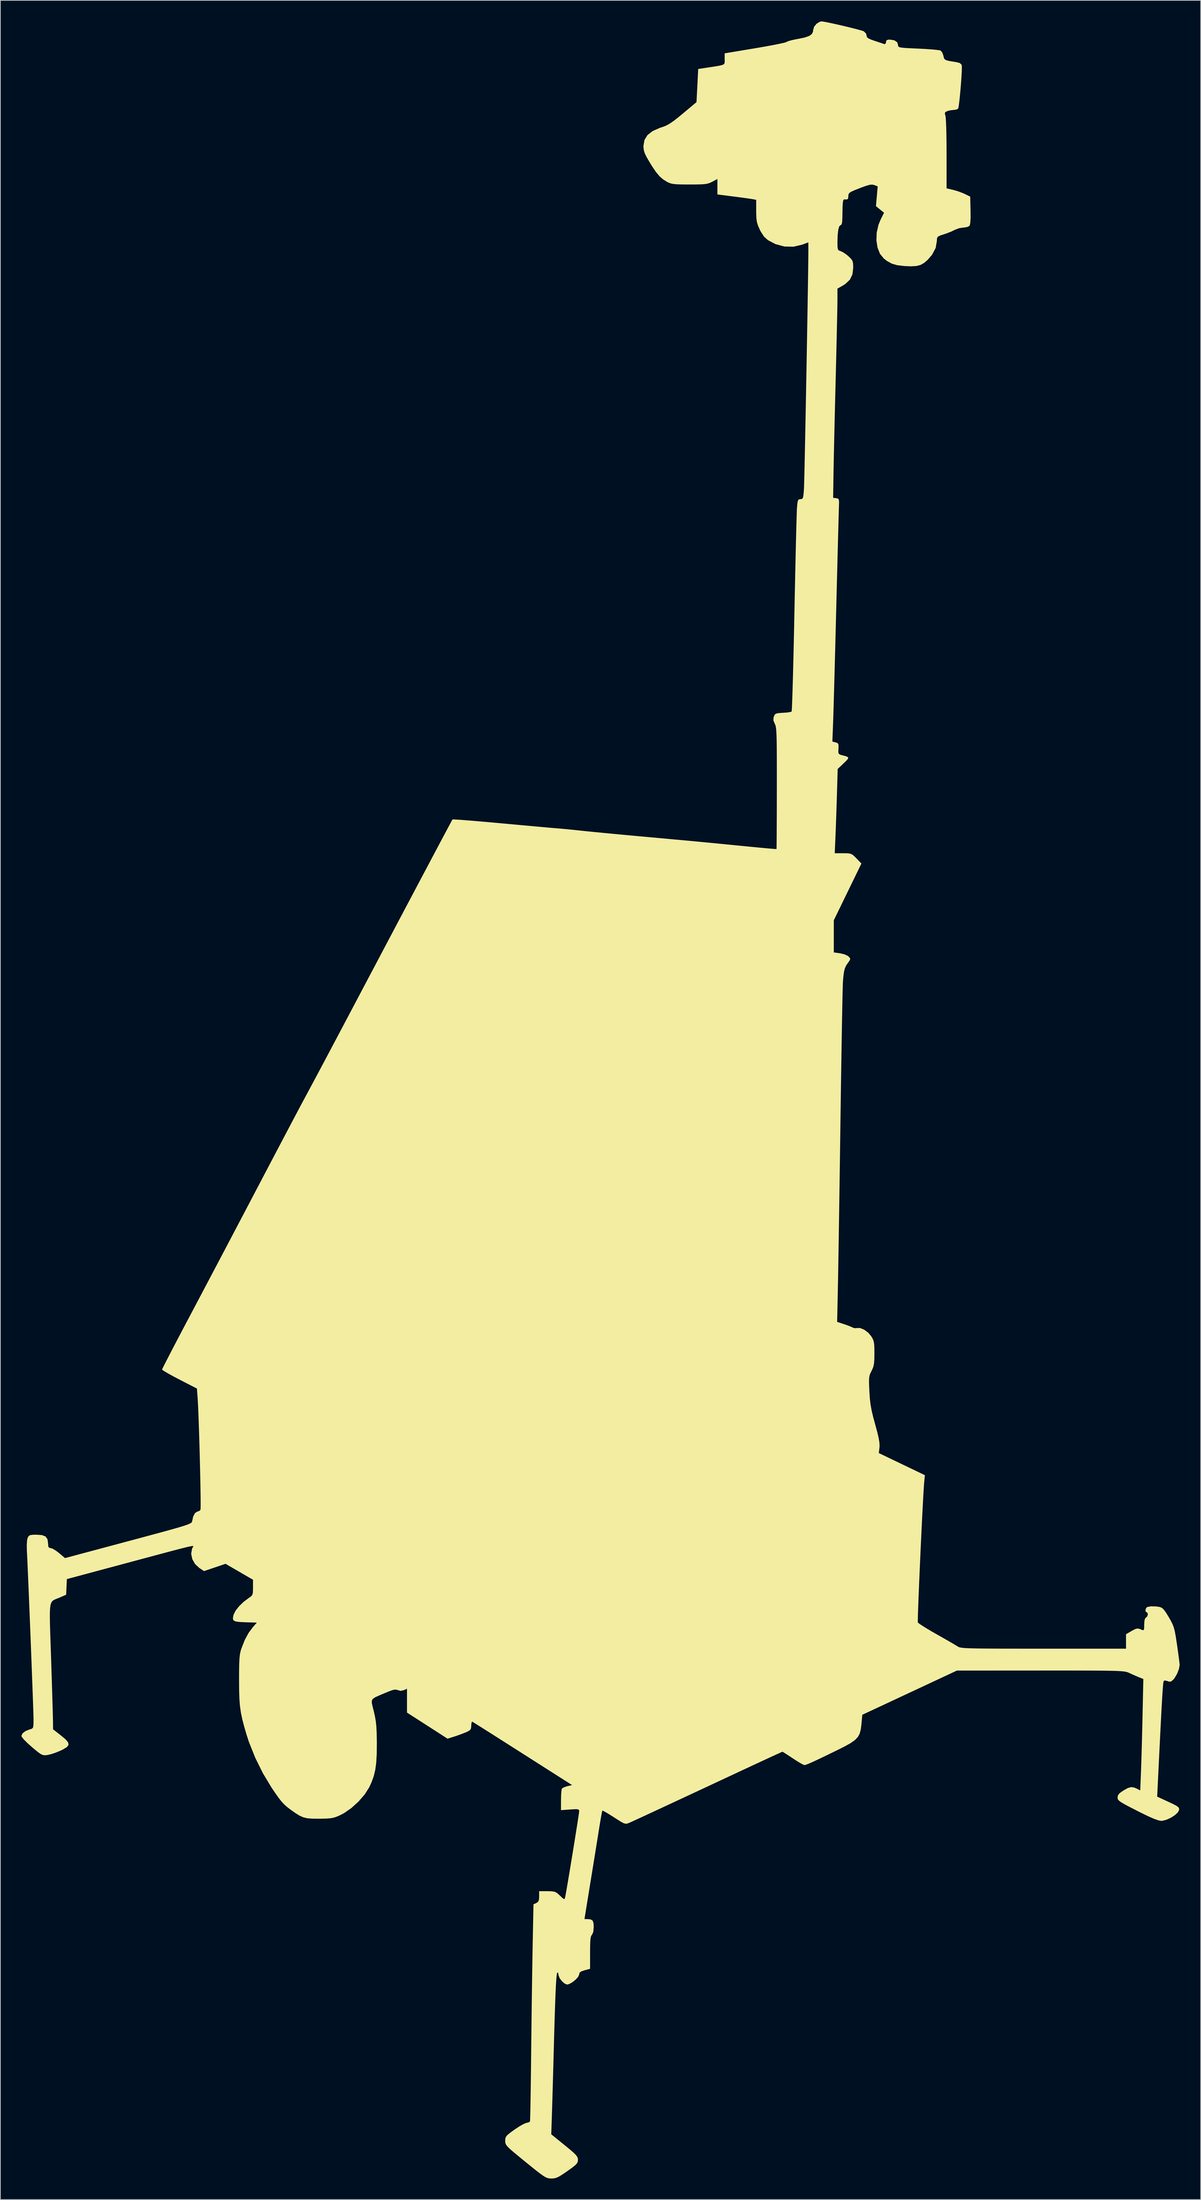
<source format=kicad_pcb>
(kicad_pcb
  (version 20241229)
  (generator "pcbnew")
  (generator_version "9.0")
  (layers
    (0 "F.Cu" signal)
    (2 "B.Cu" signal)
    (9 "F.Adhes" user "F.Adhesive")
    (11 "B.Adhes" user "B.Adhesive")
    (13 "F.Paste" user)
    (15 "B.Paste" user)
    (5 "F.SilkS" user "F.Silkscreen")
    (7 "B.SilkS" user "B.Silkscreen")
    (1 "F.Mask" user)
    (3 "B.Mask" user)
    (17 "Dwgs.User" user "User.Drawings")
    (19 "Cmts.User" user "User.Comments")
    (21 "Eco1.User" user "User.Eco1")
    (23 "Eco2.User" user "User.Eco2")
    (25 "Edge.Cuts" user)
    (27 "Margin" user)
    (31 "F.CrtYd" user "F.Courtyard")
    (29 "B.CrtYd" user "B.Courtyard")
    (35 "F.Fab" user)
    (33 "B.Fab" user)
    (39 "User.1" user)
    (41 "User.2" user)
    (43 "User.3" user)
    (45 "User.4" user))
  (footprint "trailer"
    (layer "F.Cu")
    (at 79.31 147.735)
    (property "Reference" "trailer" (at 0 0 0) (layer "F.SilkS") (effects (font (size 1.524 1.524) (thickness 0.3))))
    (attr board_only exclude_from_pos_files exclude_from_bom)
    (fp_poly (pts (xy 35.036 -147.694) (xy 35.61 -147.585) (xy 36.37 -147.423) (xy 37.242 -147.227) (xy 38.153 -147.014) (xy 39.029 -146.8) (xy 39.797 -146.604) (xy 40.383 -146.442) (xy 40.714 -146.331) (xy 40.735 -146.322) (xy 41.052 -146.006) (xy 41.124 -145.733) (xy 41.174 -145.508) (xy 41.372 -145.324) (xy 41.784 -145.136) (xy 42.29 -144.959) (xy 42.901 -144.756) (xy 43.395 -144.59) (xy 43.668 -144.496) (xy 43.672 -144.494) (xy 43.847 -144.566) (xy 43.888 -144.779) (xy 43.961 -145.041) (xy 44.24 -145.137) (xy 44.418 -145.143) (xy 45.074 -145.046) (xy 45.486 -144.771) (xy 45.616 -144.384) (xy 45.626 -144.237) (xy 45.686 -144.128) (xy 45.845 -144.05) (xy 46.153 -143.993) (xy 46.659 -143.948) (xy 47.41 -143.907) (xy 48.455 -143.86) (xy 48.504 -143.858) (xy 49.486 -143.808) (xy 50.36 -143.747) (xy 51.063 -143.682) (xy 51.529 -143.619) (xy 51.68 -143.579) (xy 51.907 -143.314) (xy 52.072 -142.874) (xy 52.081 -142.827) (xy 52.147 -142.534) (xy 52.257 -142.338) (xy 52.48 -142.204) (xy 52.882 -142.1) (xy 53.532 -141.991) (xy 53.868 -141.94) (xy 54.378 -141.816) (xy 54.633 -141.611) (xy 54.694 -141.456) (xy 54.71 -141.162) (xy 54.694 -140.606) (xy 54.653 -139.859) (xy 54.592 -138.993) (xy 54.518 -138.08) (xy 54.436 -137.191) (xy 54.352 -136.398) (xy 54.273 -135.773) (xy 54.204 -135.386) (xy 54.177 -135.306) (xy 53.937 -135.171) (xy 53.566 -135.121) (xy 53.019 -135.059) (xy 52.628 -134.953) (xy 52.324 -134.789) (xy 52.288 -134.549) (xy 52.357 -134.337) (xy 52.404 -134.043) (xy 52.445 -133.445) (xy 52.48 -132.587) (xy 52.506 -131.511) (xy 52.522 -130.261) (xy 52.528 -128.917) (xy 52.528 -123.945) (xy 53.435 -123.736) (xy 54.147 -123.53) (xy 54.874 -123.258) (xy 55.12 -123.147) (xy 55.897 -122.767) (xy 55.946 -120.804) (xy 55.952 -119.751) (xy 55.91 -119.027) (xy 55.82 -118.639) (xy 55.796 -118.601) (xy 55.502 -118.443) (xy 55.034 -118.363) (xy 54.936 -118.361) (xy 54.318 -118.268) (xy 53.728 -118.044) (xy 53.704 -118.031) (xy 53.211 -117.793) (xy 52.561 -117.537) (xy 52.139 -117.395) (xy 51.589 -117.214) (xy 51.292 -117.058) (xy 51.17 -116.851) (xy 51.146 -116.52) (xy 51.146 -116.449) (xy 50.976 -115.457) (xy 50.466 -114.491) (xy 49.858 -113.781) (xy 49.344 -113.328) (xy 48.825 -113.034) (xy 48.217 -112.878) (xy 47.433 -112.835) (xy 46.485 -112.876) (xy 45.495 -112.993) (xy 44.719 -113.219) (xy 44.035 -113.598) (xy 43.576 -113.953) (xy 43.039 -114.617) (xy 42.689 -115.501) (xy 42.531 -116.531) (xy 42.572 -117.634) (xy 42.819 -118.735) (xy 43.114 -119.458) (xy 43.616 -120.469) (xy 43.04 -120.939) (xy 42.465 -121.409) (xy 42.59 -122.82) (xy 42.714 -124.23) (xy 42.236 -124.412) (xy 41.96 -124.479) (xy 41.629 -124.461) (xy 41.166 -124.341) (xy 40.495 -124.104) (xy 40.145 -123.969) (xy 39.41 -123.679) (xy 38.941 -123.467) (xy 38.678 -123.291) (xy 38.561 -123.11) (xy 38.532 -122.882) (xy 38.532 -122.829) (xy 38.491 -122.468) (xy 38.316 -122.356) (xy 38.143 -122.367) (xy 37.979 -122.379) (xy 37.863 -122.329) (xy 37.785 -122.166) (xy 37.736 -121.841) (xy 37.708 -121.305) (xy 37.691 -120.507) (xy 37.681 -119.786) (xy 37.65 -119.149) (xy 37.569 -118.806) (xy 37.431 -118.706) (xy 37.237 -118.538) (xy 37.094 -118.047) (xy 37.007 -117.251) (xy 36.979 -116.263) (xy 36.987 -115.646) (xy 37.033 -115.291) (xy 37.147 -115.11) (xy 37.358 -115.02) (xy 37.413 -115.006) (xy 37.793 -114.827) (xy 38.274 -114.495) (xy 38.536 -114.276) (xy 38.92 -113.906) (xy 39.126 -113.596) (xy 39.208 -113.21) (xy 39.223 -112.615) (xy 39.223 -112.612) (xy 39.111 -111.676) (xy 38.751 -110.933) (xy 38.103 -110.319) (xy 37.667 -110.046) (xy 36.977 -109.657) (xy 36.977 -108.091) (xy 36.972 -107.625) (xy 36.96 -106.85) (xy 36.939 -105.805) (xy 36.912 -104.527) (xy 36.879 -103.054) (xy 36.841 -101.422) (xy 36.799 -99.669) (xy 36.753 -97.834) (xy 36.723 -96.676) (xy 36.674 -94.729) (xy 36.626 -92.779) (xy 36.58 -90.874) (xy 36.537 -89.06) (xy 36.499 -87.384) (xy 36.466 -85.893) (xy 36.44 -84.634) (xy 36.422 -83.653) (xy 36.416 -83.335) (xy 36.363 -79.844) (xy 36.8 -79.793) (xy 37.049 -79.74) (xy 37.173 -79.595) (xy 37.209 -79.27) (xy 37.195 -78.792) (xy 37.184 -78.47) (xy 37.166 -77.832) (xy 37.14 -76.905) (xy 37.108 -75.719) (xy 37.07 -74.302) (xy 37.027 -72.682) (xy 36.981 -70.888) (xy 36.931 -68.949) (xy 36.878 -66.893) (xy 36.824 -64.749) (xy 36.812 -64.278) (xy 36.755 -62.061) (xy 36.699 -59.883) (xy 36.644 -57.779) (xy 36.59 -55.782) (xy 36.54 -53.926) (xy 36.493 -52.244) (xy 36.451 -50.771) (xy 36.415 -49.54) (xy 36.386 -48.585) (xy 36.363 -47.94) (xy 36.362 -47.913) (xy 36.256 -45.112) (xy 36.716 -44.996) (xy 36.998 -44.895) (xy 37.121 -44.707) (xy 37.135 -44.325) (xy 37.12 -44.094) (xy 37.1 -43.609) (xy 37.175 -43.357) (xy 37.411 -43.227) (xy 37.668 -43.158) (xy 38.234 -43.009) (xy 38.503 -42.868) (xy 38.489 -42.669) (xy 38.204 -42.344) (xy 37.876 -42.029) (xy 37.011 -41.21) (xy 36.905 -37.582) (xy 36.865 -36.296) (xy 36.821 -34.94) (xy 36.775 -33.622) (xy 36.731 -32.445) (xy 36.696 -31.577) (xy 36.592 -29.201) (xy 37.785 -29.201) (xy 38.423 -29.192) (xy 38.837 -29.133) (xy 39.15 -28.976) (xy 39.485 -28.674) (xy 39.686 -28.467) (xy 40.394 -27.733) (xy 36.459 -19.648) (xy 36.459 -15.065) (xy 37.341 -14.944) (xy 37.975 -14.795) (xy 38.459 -14.568) (xy 38.562 -14.484) (xy 38.768 -14.253) (xy 38.792 -14.061) (xy 38.622 -13.779) (xy 38.485 -13.596) (xy 38.218 -13.201) (xy 38.033 -12.796) (xy 37.908 -12.29) (xy 37.819 -11.596) (xy 37.76 -10.883) (xy 37.744 -10.535) (xy 37.725 -9.865) (xy 37.702 -8.9) (xy 37.676 -7.662) (xy 37.647 -6.178) (xy 37.616 -4.471) (xy 37.583 -2.567) (xy 37.549 -0.489) (xy 37.514 1.737) (xy 37.478 4.087) (xy 37.442 6.537) (xy 37.411 8.726) (xy 37.375 11.344) (xy 37.338 13.954) (xy 37.3 16.524) (xy 37.263 19.023) (xy 37.227 21.418) (xy 37.193 23.678) (xy 37.16 25.77) (xy 37.129 27.662) (xy 37.101 29.324) (xy 37.077 30.722) (xy 37.057 31.825) (xy 37.047 32.312) (xy 36.935 37.582) (xy 37.95 37.916) (xy 38.522 38.118) (xy 38.974 38.301) (xy 39.172 38.405) (xy 39.497 38.488) (xy 39.705 38.457) (xy 40.215 38.458) (xy 40.804 38.701) (xy 41.375 39.132) (xy 41.771 39.602) (xy 41.99 39.96) (xy 42.129 40.295) (xy 42.206 40.697) (xy 42.239 41.262) (xy 42.245 42.062) (xy 42.233 42.911) (xy 42.189 43.514) (xy 42.095 43.969) (xy 41.935 44.374) (xy 41.832 44.578) (xy 41.66 44.923) (xy 41.549 45.24) (xy 41.49 45.607) (xy 41.475 46.103) (xy 41.496 46.809) (xy 41.529 47.492) (xy 41.594 48.484) (xy 41.694 49.349) (xy 41.849 50.206) (xy 42.079 51.172) (xy 42.348 52.159) (xy 42.648 53.269) (xy 42.846 54.113) (xy 42.954 54.749) (xy 42.982 55.24) (xy 42.966 55.482) (xy 42.874 56.275) (xy 46.156 57.849) (xy 49.437 59.424) (xy 49.34 60.425) (xy 49.302 60.905) (xy 49.254 61.659) (xy 49.197 62.65) (xy 49.133 63.841) (xy 49.063 65.193) (xy 48.99 66.668) (xy 48.915 68.231) (xy 48.839 69.842) (xy 48.765 71.465) (xy 48.694 73.061) (xy 48.628 74.594) (xy 48.569 76.025) (xy 48.517 77.318) (xy 48.476 78.434) (xy 48.446 79.336) (xy 48.429 79.986) (xy 48.428 80.347) (xy 48.433 80.407) (xy 48.607 80.565) (xy 49.033 80.856) (xy 49.658 81.247) (xy 50.432 81.706) (xy 51.087 82.08) (xy 51.971 82.58) (xy 52.781 83.044) (xy 53.454 83.435) (xy 53.929 83.719) (xy 54.11 83.834) (xy 54.215 83.896) (xy 54.354 83.949) (xy 54.552 83.994) (xy 54.835 84.032) (xy 55.227 84.063) (xy 55.753 84.088) (xy 56.438 84.107) (xy 57.308 84.122) (xy 58.387 84.133) (xy 59.7 84.14) (xy 61.274 84.145) (xy 63.132 84.147) (xy 65.299 84.148) (xy 66.334 84.148) (xy 78.101 84.148) (xy 78.101 82.089) (xy 78.889 81.627) (xy 79.392 81.36) (xy 79.733 81.269) (xy 80.033 81.329) (xy 80.107 81.361) (xy 80.444 81.504) (xy 80.618 81.495) (xy 80.683 81.272) (xy 80.693 80.773) (xy 80.693 80.687) (xy 80.734 80.087) (xy 80.866 79.775) (xy 80.952 79.718) (xy 81.14 79.526) (xy 81.209 79.237) (xy 81.143 79.008) (xy 81.038 78.965) (xy 80.885 78.84) (xy 80.882 78.567) (xy 81.01 78.3) (xy 81.139 78.206) (xy 81.664 78.112) (xy 82.37 78.128) (xy 82.89 78.203) (xy 83.179 78.31) (xy 83.455 78.547) (xy 83.774 78.972) (xy 84.188 79.647) (xy 84.197 79.664) (xy 84.51 80.213) (xy 84.74 80.677) (xy 84.913 81.137) (xy 85.052 81.675) (xy 85.181 82.372) (xy 85.326 83.311) (xy 85.366 83.579) (xy 85.498 84.505) (xy 85.61 85.33) (xy 85.693 85.984) (xy 85.737 86.396) (xy 85.742 86.481) (xy 85.64 87.051) (xy 85.379 87.72) (xy 85.027 88.326) (xy 84.852 88.541) (xy 84.535 88.818) (xy 84.257 88.852) (xy 84.039 88.772) (xy 83.652 88.676) (xy 83.479 88.741) (xy 83.451 88.814) (xy 83.42 88.983) (xy 83.387 89.269) (xy 83.351 89.693) (xy 83.308 90.275) (xy 83.26 91.037) (xy 83.204 91.999) (xy 83.139 93.182) (xy 83.065 94.607) (xy 82.979 96.295) (xy 82.88 98.267) (xy 82.768 100.542) (xy 82.647 103.028) (xy 82.54 105.233) (xy 84.128 105.965) (xy 84.852 106.307) (xy 85.313 106.555) (xy 85.566 106.75) (xy 85.665 106.934) (xy 85.667 107.129) (xy 85.478 107.489) (xy 85.049 107.881) (xy 84.473 108.248) (xy 83.845 108.533) (xy 83.258 108.678) (xy 83.119 108.686) (xy 82.723 108.616) (xy 82.109 108.398) (xy 81.255 108.023) (xy 80.138 107.48) (xy 79.702 107.26) (xy 78.704 106.749) (xy 77.975 106.363) (xy 77.472 106.073) (xy 77.154 105.852) (xy 76.979 105.671) (xy 76.907 105.503) (xy 76.894 105.358) (xy 76.956 105.03) (xy 77.193 104.736) (xy 77.674 104.392) (xy 77.712 104.368) (xy 78.338 104.016) (xy 78.815 103.875) (xy 79.253 103.929) (xy 79.641 104.098) (xy 80.127 104.349) (xy 80.234 101.635) (xy 80.267 100.73) (xy 80.304 99.557) (xy 80.343 98.191) (xy 80.383 96.711) (xy 80.421 95.191) (xy 80.455 93.711) (xy 80.455 93.696) (xy 80.568 88.471) (xy 79.896 88.197) (xy 79.281 87.935) (xy 78.629 87.641) (xy 78.521 87.591) (xy 78.372 87.526) (xy 78.202 87.47) (xy 77.985 87.423) (xy 77.696 87.383) (xy 77.309 87.351) (xy 76.799 87.324) (xy 76.141 87.304) (xy 75.308 87.288) (xy 74.276 87.277) (xy 73.019 87.27) (xy 71.511 87.265) (xy 69.727 87.263) (xy 67.642 87.263) (xy 65.908 87.264) (xy 53.997 87.269) (xy 47.258 90.419) (xy 40.519 93.568) (xy 40.397 94.917) (xy 40.305 95.652) (xy 40.151 96.24) (xy 39.89 96.727) (xy 39.48 97.161) (xy 38.876 97.591) (xy 38.035 98.063) (xy 37.063 98.552) (xy 35.662 99.235) (xy 34.543 99.774) (xy 33.678 100.181) (xy 33.041 100.467) (xy 32.605 100.645) (xy 32.344 100.727) (xy 32.274 100.736) (xy 32.042 100.645) (xy 31.599 100.399) (xy 31.019 100.041) (xy 30.63 99.786) (xy 30.022 99.383) (xy 29.528 99.065) (xy 29.213 98.873) (xy 29.136 98.835) (xy 28.968 98.906) (xy 28.523 99.107) (xy 27.836 99.421) (xy 26.945 99.832) (xy 25.885 100.323) (xy 24.691 100.878) (xy 23.559 101.406) (xy 20.721 102.732) (xy 18.133 103.94) (xy 15.804 105.027) (xy 13.739 105.989) (xy 11.946 106.823) (xy 10.431 107.527) (xy 9.202 108.097) (xy 8.265 108.529) (xy 7.627 108.821) (xy 7.295 108.97) (xy 7.293 108.97) (xy 7.033 109.07) (xy 6.804 109.096) (xy 6.536 109.025) (xy 6.162 108.831) (xy 5.611 108.488) (xy 5.137 108.182) (xy 4.491 107.772) (xy 3.959 107.453) (xy 3.6 107.26) (xy 3.479 107.222) (xy 3.428 107.409) (xy 3.336 107.876) (xy 3.215 108.562) (xy 3.074 109.405) (xy 3.004 109.846) (xy 2.867 110.704) (xy 2.687 111.83) (xy 2.475 113.148) (xy 2.243 114.584) (xy 2.003 116.065) (xy 1.767 117.516) (xy 1.763 117.54) (xy 0.927 122.68) (xy 1.313 122.68) (xy 1.821 122.727) (xy 2.105 122.915) (xy 2.226 123.317) (xy 2.246 123.801) (xy 2.187 124.504) (xy 2.014 124.901) (xy 1.987 124.927) (xy 1.877 125.086) (xy 1.802 125.388) (xy 1.756 125.884) (xy 1.733 126.628) (xy 1.728 127.454) (xy 1.728 129.766) (xy 0.95 129.974) (xy 0.459 130.138) (xy 0.227 130.325) (xy 0.173 130.577) (xy 0.034 130.905) (xy -0.315 131.296) (xy -0.773 131.667) (xy -1.236 131.932) (xy -1.549 132.011) (xy -1.898 131.872) (xy -2.285 131.532) (xy -2.608 131.106) (xy -2.762 130.706) (xy -2.765 130.662) (xy -2.824 130.364) (xy -2.919 130.283) (xy -2.97 130.356) (xy -3.018 130.589) (xy -3.065 131.002) (xy -3.111 131.614) (xy -3.157 132.444) (xy -3.205 133.514) (xy -3.255 134.842) (xy -3.308 136.448) (xy -3.365 138.351) (xy -3.427 140.572) (xy -3.455 141.601) (xy -3.498 143.195) (xy -3.542 144.801) (xy -3.586 146.358) (xy -3.627 147.802) (xy -3.665 149.071) (xy -3.697 150.103) (xy -3.715 150.672) (xy -3.805 153.35) (xy -1.902 154.893) (xy -1.142 155.516) (xy -0.614 155.974) (xy -0.278 156.312) (xy -0.091 156.575) (xy -0.012 156.808) (xy 0 156.984) (xy -0.027 157.248) (xy -0.14 157.487) (xy -0.39 157.755) (xy -0.828 158.103) (xy -1.503 158.588) (xy -1.512 158.594) (xy -2.223 159.08) (xy -2.739 159.392) (xy -3.141 159.566) (xy -3.507 159.638) (xy -3.801 159.649) (xy -4.071 159.636) (xy -4.326 159.584) (xy -4.608 159.466) (xy -4.961 159.254) (xy -5.427 158.92) (xy -6.048 158.438) (xy -6.867 157.78) (xy -7.473 157.287) (xy -8.425 156.51) (xy -9.141 155.916) (xy -9.656 155.47) (xy -10.002 155.136) (xy -10.212 154.88) (xy -10.321 154.668) (xy -10.362 154.464) (xy -10.367 154.276) (xy -10.35 153.957) (xy -10.262 153.702) (xy -10.05 153.447) (xy -9.661 153.127) (xy -9.04 152.678) (xy -9.028 152.67) (xy -8.401 152.253) (xy -7.837 151.928) (xy -7.421 151.741) (xy -7.295 151.714) (xy -6.959 151.627) (xy -6.833 151.493) (xy -6.819 151.284) (xy -6.802 150.762) (xy -6.784 149.958) (xy -6.764 148.904) (xy -6.743 147.633) (xy -6.721 146.177) (xy -6.7 144.566) (xy -6.68 142.834) (xy -6.668 141.687) (xy -6.645 139.658) (xy -6.62 137.54) (xy -6.593 135.394) (xy -6.565 133.281) (xy -6.536 131.265) (xy -6.507 129.405) (xy -6.48 127.764) (xy -6.454 126.404) (xy -6.453 126.336) (xy -6.337 120.574) (xy -5.933 120.39) (xy -5.67 120.205) (xy -5.552 119.892) (xy -5.529 119.456) (xy -5.529 118.706) (xy -4.37 118.706) (xy -3.734 118.719) (xy -3.317 118.786) (xy -2.996 118.952) (xy -2.645 119.26) (xy -2.566 119.336) (xy -2.188 119.697) (xy -1.986 119.836) (xy -1.887 119.775) (xy -1.825 119.552) (xy -1.759 119.218) (xy -1.649 118.607) (xy -1.505 117.767) (xy -1.332 116.747) (xy -1.14 115.595) (xy -0.936 114.361) (xy -0.728 113.092) (xy -0.524 111.837) (xy -0.333 110.644) (xy -0.161 109.562) (xy -0.016 108.639) (xy 0.092 107.924) (xy 0.157 107.465) (xy 0.173 107.318) (xy 0.149 107.143) (xy 0.028 107.047) (xy -0.261 107.018) (xy -0.79 107.04) (xy -1.123 107.063) (xy -2.419 107.157) (xy -2.416 105.718) (xy -2.401 105.03) (xy -2.361 104.47) (xy -2.306 104.132) (xy -2.287 104.087) (xy -2.048 103.927) (xy -1.615 103.771) (xy -1.498 103.742) (xy -0.836 103.587) (xy -7.884 99.095) (xy -9.292 98.198) (xy -10.611 97.359) (xy -11.813 96.595) (xy -12.87 95.925) (xy -13.753 95.367) (xy -14.432 94.939) (xy -14.88 94.659) (xy -15.066 94.546) (xy -15.069 94.544) (xy -15.157 94.657) (xy -15.203 95.007) (xy -15.205 95.112) (xy -15.236 95.508) (xy -15.385 95.755) (xy -15.74 95.964) (xy -15.959 96.061) (xy -16.585 96.308) (xy -17.315 96.569) (xy -17.649 96.679) (xy -18.585 96.974) (xy -20.308 95.863) (xy -21.136 95.33) (xy -21.999 94.775) (xy -22.775 94.276) (xy -23.197 94.005) (xy -24.363 93.258) (xy -24.363 89.858) (xy -24.795 90.055) (xy -25.282 90.163) (xy -25.656 90.056) (xy -25.916 89.979) (xy -26.228 89.998) (xy -26.673 90.13) (xy -27.333 90.395) (xy -27.466 90.452) (xy -28.305 90.805) (xy -28.877 91.063) (xy -29.22 91.288) (xy -29.372 91.544) (xy -29.374 91.893) (xy -29.263 92.399) (xy -29.089 93.084) (xy -28.922 93.825) (xy -28.805 94.517) (xy -28.728 95.252) (xy -28.684 96.121) (xy -28.663 97.214) (xy -28.659 97.626) (xy -28.674 99.136) (xy -28.744 100.376) (xy -28.885 101.419) (xy -29.107 102.339) (xy -29.424 103.208) (xy -29.752 103.912) (xy -30.394 104.923) (xy -31.271 105.935) (xy -32.285 106.855) (xy -33.339 107.587) (xy -33.764 107.813) (xy -34.297 108.055) (xy -34.747 108.214) (xy -35.215 108.308) (xy -35.8 108.356) (xy -36.606 108.375) (xy -36.851 108.377) (xy -37.821 108.372) (xy -38.55 108.317) (xy -39.142 108.179) (xy -39.701 107.927) (xy -40.331 107.529) (xy -40.864 107.15) (xy -41.38 106.762) (xy -41.806 106.392) (xy -42.2 105.978) (xy -42.617 105.454) (xy -43.113 104.757) (xy -43.656 103.955) (xy -44.888 101.912) (xy -45.988 99.691) (xy -46.89 97.436) (xy -47.223 96.413) (xy -47.577 95.198) (xy -47.844 94.166) (xy -48.036 93.231) (xy -48.166 92.306) (xy -48.244 91.304) (xy -48.283 90.14) (xy -48.294 88.726) (xy -48.295 88.554) (xy -48.29 87.316) (xy -48.274 86.364) (xy -48.242 85.64) (xy -48.189 85.087) (xy -48.111 84.645) (xy -48.005 84.257) (xy -47.968 84.148) (xy -47.474 82.892) (xy -46.925 81.883) (xy -46.358 81.124) (xy -45.767 80.433) (xy -47.403 80.384) (xy -48.243 80.345) (xy -48.786 80.269) (xy -49.081 80.121) (xy -49.176 79.872) (xy -49.12 79.488) (xy -49.065 79.287) (xy -48.788 78.731) (xy -48.286 78.097) (xy -47.639 77.47) (xy -46.955 76.957) (xy -46.605 76.716) (xy -46.411 76.491) (xy -46.327 76.172) (xy -46.308 75.65) (xy -46.307 75.434) (xy -46.307 74.326) (xy -48.264 73.19) (xy -50.22 72.054) (xy -51.754 72.573) (xy -53.287 73.091) (xy -53.958 72.647) (xy -54.565 72.083) (xy -54.961 71.382) (xy -55.117 70.633) (xy -55 69.926) (xy -54.932 69.778) (xy -54.877 69.69) (xy -54.828 69.614) (xy -54.809 69.557) (xy -54.847 69.524) (xy -54.964 69.521) (xy -55.187 69.553) (xy -55.539 69.627) (xy -56.045 69.749) (xy -56.731 69.923) (xy -57.621 70.156) (xy -58.739 70.452) (xy -60.111 70.819) (xy -61.761 71.262) (xy -63.713 71.786) (xy -64.278 71.938) (xy -72.831 74.232) (xy -72.883 75.345) (xy -72.935 76.459) (xy -73.867 76.865) (xy -74.212 77.005) (xy -74.499 77.118) (xy -74.733 77.235) (xy -74.918 77.386) (xy -75.058 77.604) (xy -75.157 77.918) (xy -75.22 78.36) (xy -75.252 78.96) (xy -75.256 79.749) (xy -75.236 80.759) (xy -75.198 82.02) (xy -75.145 83.563) (xy -75.082 85.419) (xy -75.078 85.531) (xy -75.025 87.191) (xy -74.974 88.782) (xy -74.928 90.263) (xy -74.888 91.592) (xy -74.854 92.728) (xy -74.829 93.631) (xy -74.814 94.258) (xy -74.809 94.516) (xy -74.798 95.639) (xy -73.692 96.503) (xy -73.024 97.062) (xy -72.655 97.495) (xy -72.587 97.847) (xy -72.82 98.164) (xy -73.356 98.495) (xy -73.738 98.679) (xy -74.432 98.965) (xy -75.119 99.192) (xy -75.635 99.308) (xy -75.966 99.336) (xy -76.245 99.303) (xy -76.54 99.171) (xy -76.921 98.906) (xy -77.457 98.47) (xy -77.838 98.148) (xy -78.498 97.558) (xy -78.987 97.062) (xy -79.263 96.704) (xy -79.31 96.574) (xy -79.151 96.215) (xy -78.722 95.886) (xy -78.1 95.643) (xy -78.057 95.632) (xy -77.814 95.556) (xy -77.673 95.424) (xy -77.605 95.155) (xy -77.584 94.67) (xy -77.582 94.235) (xy -77.589 93.86) (xy -77.609 93.177) (xy -77.641 92.222) (xy -77.683 91.032) (xy -77.734 89.643) (xy -77.792 88.093) (xy -77.855 86.417) (xy -77.923 84.653) (xy -77.994 82.838) (xy -78.067 81.007) (xy -78.14 79.198) (xy -78.211 77.447) (xy -78.279 75.792) (xy -78.344 74.268) (xy -78.402 72.913) (xy -78.453 71.763) (xy -78.496 70.855) (xy -78.526 70.28) (xy -78.546 69.384) (xy -78.502 68.703) (xy -78.414 68.336) (xy -78.272 68.097) (xy -78.059 67.968) (xy -77.679 67.915) (xy -77.149 67.906) (xy -76.364 67.966) (xy -75.86 68.17) (xy -75.591 68.554) (xy -75.509 69.154) (xy -75.509 69.172) (xy -75.475 69.6) (xy -75.339 69.779) (xy -75.151 69.807) (xy -74.837 69.914) (xy -74.377 70.192) (xy -73.944 70.523) (xy -73.095 71.239) (xy -64.064 68.823) (xy -62.097 68.296) (xy -60.438 67.849) (xy -59.06 67.475) (xy -57.937 67.165) (xy -57.043 66.911) (xy -56.352 66.704) (xy -55.837 66.537) (xy -55.471 66.401) (xy -55.23 66.288) (xy -55.086 66.19) (xy -55.013 66.099) (xy -54.984 66.006) (xy -54.982 65.99) (xy -54.83 65.316) (xy -54.584 64.839) (xy -54.282 64.628) (xy -54.229 64.623) (xy -53.901 64.49) (xy -53.789 64.336) (xy -53.772 64.111) (xy -53.766 63.583) (xy -53.771 62.795) (xy -53.784 61.788) (xy -53.804 60.606) (xy -53.832 59.289) (xy -53.865 57.881) (xy -53.902 56.425) (xy -53.943 54.961) (xy -53.986 53.533) (xy -54.031 52.183) (xy -54.076 50.954) (xy -54.119 49.887) (xy -54.161 49.025) (xy -54.196 48.465) (xy -54.297 47.081) (xy -56.782 45.802) (xy -57.619 45.363) (xy -58.335 44.969) (xy -58.88 44.651) (xy -59.202 44.438) (xy -59.267 44.37) (xy -59.188 44.191) (xy -58.963 43.737) (xy -58.606 43.038) (xy -58.134 42.124) (xy -57.562 41.025) (xy -56.905 39.77) (xy -56.18 38.391) (xy -55.401 36.917) (xy -55.313 36.752) (xy -54.505 35.223) (xy -53.564 33.442) (xy -52.52 31.463) (xy -51.4 29.34) (xy -50.234 27.127) (xy -49.05 24.877) (xy -47.877 22.646) (xy -46.742 20.486) (xy -45.784 18.661) (xy -44.817 16.819) (xy -43.87 15.017) (xy -42.96 13.287) (xy -42.103 11.659) (xy -41.316 10.166) (xy -40.615 8.838) (xy -40.018 7.708) (xy -39.54 6.806) (xy -39.198 6.164) (xy -39.089 5.961) (xy -38.748 5.329) (xy -38.425 4.728) (xy -38.109 4.14) (xy -37.789 3.543) (xy -37.455 2.918) (xy -37.096 2.246) (xy -36.701 1.505) (xy -36.26 0.676) (xy -35.763 -0.261) (xy -35.199 -1.326) (xy -34.556 -2.539) (xy -33.825 -3.92) (xy -32.995 -5.489) (xy -32.056 -7.266) (xy -30.996 -9.271) (xy -29.805 -11.524) (xy -28.472 -14.045) (xy -27.18 -16.491) (xy -25.973 -18.774) (xy -24.811 -20.971) (xy -23.703 -23.063) (xy -22.661 -25.031) (xy -21.694 -26.855) (xy -20.813 -28.517) (xy -20.028 -29.996) (xy -19.349 -31.274) (xy -18.786 -32.331) (xy -18.349 -33.148) (xy -18.049 -33.706) (xy -17.897 -33.986) (xy -17.879 -34.015) (xy -17.694 -34.018) (xy -17.203 -33.991) (xy -16.44 -33.937) (xy -15.445 -33.859) (xy -14.252 -33.76) (xy -12.899 -33.643) (xy -11.423 -33.51) (xy -10.842 -33.457) (xy -9.278 -33.313) (xy -7.78 -33.176) (xy -6.393 -33.05) (xy -5.161 -32.939) (xy -4.129 -32.848) (xy -3.34 -32.779) (xy -2.84 -32.737) (xy -2.765 -32.731) (xy -2.144 -32.678) (xy -1.294 -32.597) (xy -0.328 -32.5) (xy 0.605 -32.4) (xy 1.342 -32.323) (xy 2.36 -32.221) (xy 3.596 -32.101) (xy 4.987 -31.968) (xy 6.469 -31.829) (xy 7.98 -31.689) (xy 8.639 -31.629) (xy 10.644 -31.447) (xy 12.355 -31.291) (xy 13.819 -31.157) (xy 15.088 -31.041) (xy 16.211 -30.937) (xy 17.236 -30.84) (xy 18.214 -30.747) (xy 19.194 -30.653) (xy 20.224 -30.552) (xy 21.356 -30.441) (xy 22.637 -30.314) (xy 23.24 -30.255) (xy 24.515 -30.13) (xy 25.674 -30.019) (xy 26.672 -29.926) (xy 27.467 -29.854) (xy 28.017 -29.809) (xy 28.277 -29.793) (xy 28.292 -29.794) (xy 28.3 -29.969) (xy 28.308 -30.456) (xy 28.315 -31.223) (xy 28.322 -32.237) (xy 28.328 -33.465) (xy 28.334 -34.874) (xy 28.338 -36.431) (xy 28.34 -38.104) (xy 28.341 -38.477) (xy 28.342 -40.441) (xy 28.34 -42.09) (xy 28.335 -43.452) (xy 28.326 -44.558) (xy 28.312 -45.438) (xy 28.291 -46.121) (xy 28.262 -46.638) (xy 28.226 -47.017) (xy 28.18 -47.289) (xy 28.125 -47.483) (xy 28.058 -47.63) (xy 28.046 -47.652) (xy 27.848 -48.13) (xy 27.882 -48.569) (xy 27.914 -48.669) (xy 28.031 -48.935) (xy 28.21 -49.088) (xy 28.54 -49.165) (xy 29.113 -49.206) (xy 29.205 -49.211) (xy 29.8 -49.255) (xy 30.25 -49.32) (xy 30.447 -49.385) (xy 30.469 -49.572) (xy 30.497 -50.08) (xy 30.529 -50.88) (xy 30.566 -51.947) (xy 30.605 -53.255) (xy 30.647 -54.778) (xy 30.691 -56.49) (xy 30.736 -58.364) (xy 30.781 -60.374) (xy 30.825 -62.494) (xy 30.842 -63.328) (xy 30.886 -65.517) (xy 30.931 -67.631) (xy 30.974 -69.639) (xy 31.017 -71.514) (xy 31.057 -73.227) (xy 31.095 -74.748) (xy 31.13 -76.047) (xy 31.16 -77.097) (xy 31.185 -77.868) (xy 31.205 -78.331) (xy 31.21 -78.403) (xy 31.267 -79.05) (xy 31.335 -79.425) (xy 31.445 -79.602) (xy 31.623 -79.654) (xy 31.706 -79.656) (xy 31.905 -79.678) (xy 32.031 -79.789) (xy 32.11 -80.059) (xy 32.166 -80.557) (xy 32.204 -81.081) (xy 32.218 -81.417) (xy 32.237 -82.069) (xy 32.261 -83.006) (xy 32.289 -84.198) (xy 32.32 -85.616) (xy 32.354 -87.229) (xy 32.39 -89.006) (xy 32.428 -90.919) (xy 32.467 -92.937) (xy 32.507 -95.029) (xy 32.547 -97.166) (xy 32.587 -99.318) (xy 32.625 -101.455) (xy 32.662 -103.545) (xy 32.697 -105.561) (xy 32.729 -107.471) (xy 32.758 -109.245) (xy 32.783 -110.853) (xy 32.804 -112.265) (xy 32.82 -113.451) (xy 32.83 -114.382) (xy 32.834 -115.026) (xy 32.834 -115.191) (xy 32.83 -116.254) (xy 31.964 -115.925) (xy 30.713 -115.629) (xy 29.42 -115.657) (xy 28.141 -116.003) (xy 27.072 -116.564) (xy 26.516 -117.066) (xy 26.031 -117.817) (xy 25.906 -118.069) (xy 25.655 -118.643) (xy 25.503 -119.144) (xy 25.426 -119.698) (xy 25.401 -120.431) (xy 25.4 -120.723) (xy 25.4 -122.307) (xy 24.925 -122.4) (xy 24.578 -122.457) (xy 23.969 -122.544) (xy 23.181 -122.652) (xy 22.294 -122.768) (xy 22.16 -122.785) (xy 19.871 -123.077) (xy 19.871 -125.279) (xy 19.136 -124.887) (xy 18.815 -124.731) (xy 18.489 -124.623) (xy 18.086 -124.553) (xy 17.538 -124.515) (xy 16.775 -124.498) (xy 15.897 -124.495) (xy 14.888 -124.5) (xy 14.156 -124.52) (xy 13.632 -124.563) (xy 13.246 -124.638) (xy 12.93 -124.753) (xy 12.7 -124.868) (xy 12.133 -125.223) (xy 11.628 -125.666) (xy 11.129 -126.26) (xy 10.578 -127.068) (xy 10.204 -127.676) (xy 9.783 -128.402) (xy 9.522 -128.939) (xy 9.385 -129.38) (xy 9.337 -129.822) (xy 9.334 -130.008) (xy 9.478 -130.841) (xy 9.91 -131.537) (xy 10.643 -132.11) (xy 11.692 -132.573) (xy 12.039 -132.683) (xy 12.517 -132.861) (xy 13.025 -133.135) (xy 13.624 -133.544) (xy 14.373 -134.13) (xy 14.942 -134.599) (xy 16.893 -136.233) (xy 17.136 -140.953) (xy 18.46 -141.157) (xy 19.421 -141.303) (xy 20.093 -141.412) (xy 20.527 -141.509) (xy 20.774 -141.619) (xy 20.886 -141.768) (xy 20.914 -141.981) (xy 20.908 -142.284) (xy 20.907 -142.37) (xy 20.907 -143.186) (xy 25.264 -143.912) (xy 26.45 -144.116) (xy 27.522 -144.31) (xy 28.432 -144.487) (xy 29.134 -144.636) (xy 29.581 -144.748) (xy 29.726 -144.807) (xy 29.933 -144.91) (xy 30.398 -145.043) (xy 31.039 -145.184) (xy 31.373 -145.245) (xy 32.304 -145.438) (xy 32.936 -145.654) (xy 33.317 -145.92) (xy 33.493 -146.266) (xy 33.521 -146.539) (xy 33.669 -147.003) (xy 34.033 -147.428) (xy 34.495 -147.697) (xy 34.721 -147.735)) (stroke (width 0) (type solid)) (fill yes) (layer "F.SilkS")))
  (gr_rect
    (start -3 -3)
    (end 168.052 310.383)
    (stroke (width 0.1) (type default))
    (fill no)
    (layer "Edge.Cuts")))
</source>
